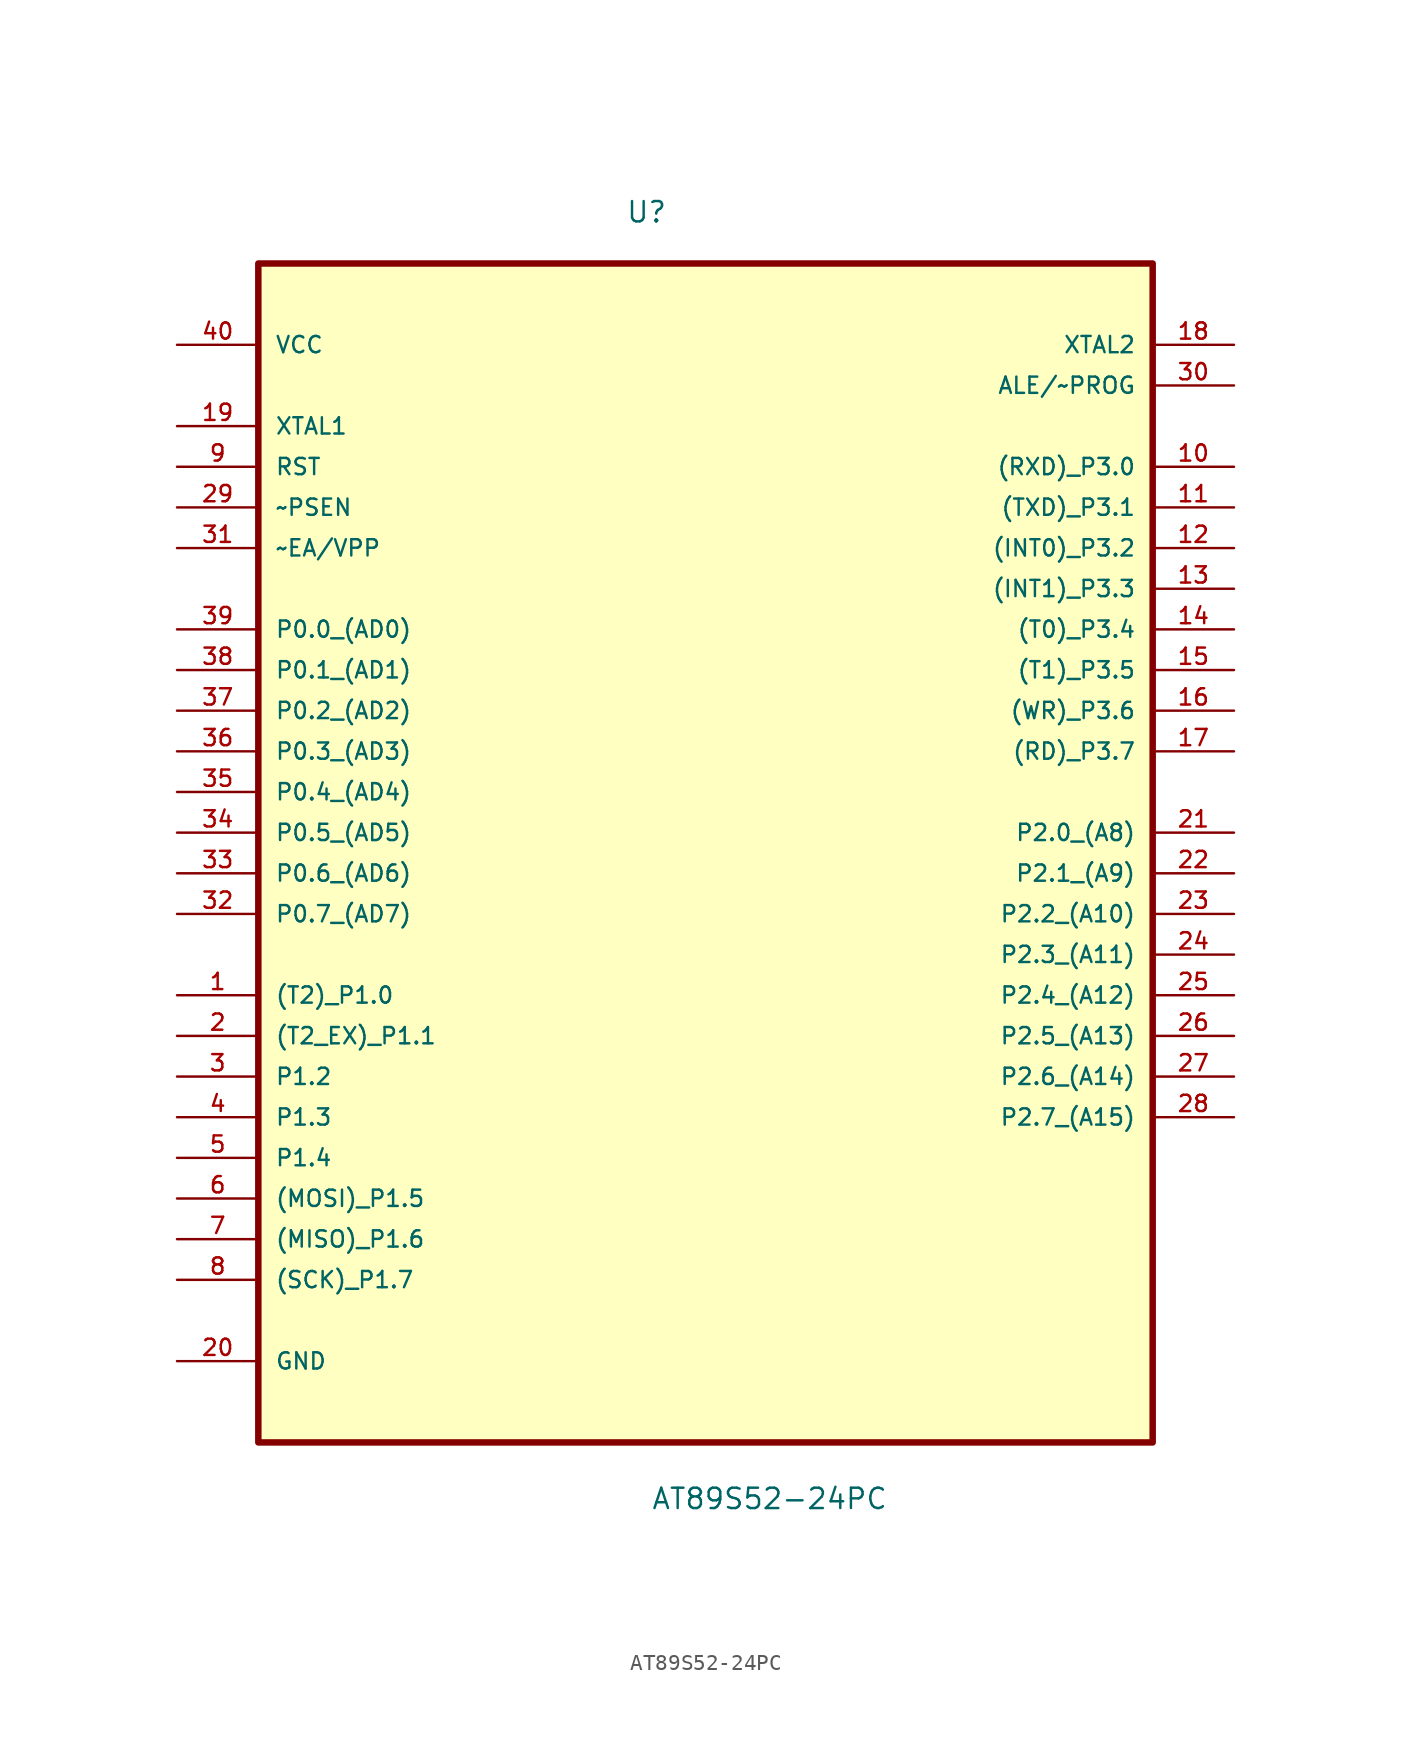
<source format=kicad_sym>
(kicad_symbol_lib
  (version 20211014)
  (generator kicad_symbol_editor)
  (symbol "AT89S52-24PC"
    (pin_names
      (offset 1.016))
    (property "Reference" "U"
      (at -4.993 35.489 0.0)
      (effects (font (size 1.27 1.27)) (justify bottom left)))
    (property "Value" "AT89S52-24PC"
      (at -3.411 -44.902 0.0)
      (effects (font (size 1.27 1.27)) (justify bottom left)))
    (symbol "AT89S52-24PC_0_0"
      (rectangle (start -27.94 -40.64) (end 27.94 33.02) (stroke (width 0.406)) (fill (type background)))
      (pin power_in line (at -33.02 27.94 0) (length 5.08) (name "VCC" (effects (font (size 1.016 1.016)))) (number "40" (effects (font (size 1.016 1.016)))))
      (pin input line (at -33.02 22.86 0) (length 5.08) (name "XTAL1" (effects (font (size 1.016 1.016)))) (number "19" (effects (font (size 1.016 1.016)))))
      (pin input line (at -33.02 20.32 0) (length 5.08) (name "RST" (effects (font (size 1.016 1.016)))) (number "9" (effects (font (size 1.016 1.016)))))
      (pin input line (at -33.02 17.78 0) (length 5.08) (name "~PSEN" (effects (font (size 1.016 1.016)))) (number "29" (effects (font (size 1.016 1.016)))))
      (pin input line (at -33.02 15.24 0) (length 5.08) (name "~EA/VPP" (effects (font (size 1.016 1.016)))) (number "31" (effects (font (size 1.016 1.016)))))
      (pin bidirectional line (at -33.02 10.16 0) (length 5.08) (name "P0.0_(AD0)" (effects (font (size 1.016 1.016)))) (number "39" (effects (font (size 1.016 1.016)))))
      (pin bidirectional line (at -33.02 7.62 0) (length 5.08) (name "P0.1_(AD1)" (effects (font (size 1.016 1.016)))) (number "38" (effects (font (size 1.016 1.016)))))
      (pin bidirectional line (at -33.02 5.08 0) (length 5.08) (name "P0.2_(AD2)" (effects (font (size 1.016 1.016)))) (number "37" (effects (font (size 1.016 1.016)))))
      (pin bidirectional line (at -33.02 2.54 0) (length 5.08) (name "P0.3_(AD3)" (effects (font (size 1.016 1.016)))) (number "36" (effects (font (size 1.016 1.016)))))
      (pin bidirectional line (at -33.02 0.0 0) (length 5.08) (name "P0.4_(AD4)" (effects (font (size 1.016 1.016)))) (number "35" (effects (font (size 1.016 1.016)))))
      (pin bidirectional line (at -33.02 -2.54 0) (length 5.08) (name "P0.5_(AD5)" (effects (font (size 1.016 1.016)))) (number "34" (effects (font (size 1.016 1.016)))))
      (pin bidirectional line (at -33.02 -5.08 0) (length 5.08) (name "P0.6_(AD6)" (effects (font (size 1.016 1.016)))) (number "33" (effects (font (size 1.016 1.016)))))
      (pin bidirectional line (at -33.02 -7.62 0) (length 5.08) (name "P0.7_(AD7)" (effects (font (size 1.016 1.016)))) (number "32" (effects (font (size 1.016 1.016)))))
      (pin bidirectional line (at -33.02 -12.7 0) (length 5.08) (name "(T2)_P1.0" (effects (font (size 1.016 1.016)))) (number "1" (effects (font (size 1.016 1.016)))))
      (pin bidirectional line (at -33.02 -15.24 0) (length 5.08) (name "(T2_EX)_P1.1" (effects (font (size 1.016 1.016)))) (number "2" (effects (font (size 1.016 1.016)))))
      (pin bidirectional line (at -33.02 -17.78 0) (length 5.08) (name "P1.2" (effects (font (size 1.016 1.016)))) (number "3" (effects (font (size 1.016 1.016)))))
      (pin bidirectional line (at -33.02 -20.32 0) (length 5.08) (name "P1.3" (effects (font (size 1.016 1.016)))) (number "4" (effects (font (size 1.016 1.016)))))
      (pin bidirectional line (at -33.02 -22.86 0) (length 5.08) (name "P1.4" (effects (font (size 1.016 1.016)))) (number "5" (effects (font (size 1.016 1.016)))))
      (pin bidirectional line (at -33.02 -25.4 0) (length 5.08) (name "(MOSI)_P1.5" (effects (font (size 1.016 1.016)))) (number "6" (effects (font (size 1.016 1.016)))))
      (pin bidirectional line (at -33.02 -27.94 0) (length 5.08) (name "(MISO)_P1.6" (effects (font (size 1.016 1.016)))) (number "7" (effects (font (size 1.016 1.016)))))
      (pin bidirectional line (at -33.02 -30.48 0) (length 5.08) (name "(SCK)_P1.7" (effects (font (size 1.016 1.016)))) (number "8" (effects (font (size 1.016 1.016)))))
      (pin passive line (at -33.02 -35.56 0) (length 5.08) (name "GND" (effects (font (size 1.016 1.016)))) (number "20" (effects (font (size 1.016 1.016)))))
      (pin output line (at 33.02 27.94 180.0) (length 5.08) (name "XTAL2" (effects (font (size 1.016 1.016)))) (number "18" (effects (font (size 1.016 1.016)))))
      (pin output line (at 33.02 25.4 180.0) (length 5.08) (name "ALE/~PROG" (effects (font (size 1.016 1.016)))) (number "30" (effects (font (size 1.016 1.016)))))
      (pin bidirectional line (at 33.02 20.32 180.0) (length 5.08) (name "(RXD)_P3.0" (effects (font (size 1.016 1.016)))) (number "10" (effects (font (size 1.016 1.016)))))
      (pin bidirectional line (at 33.02 17.78 180.0) (length 5.08) (name "(TXD)_P3.1" (effects (font (size 1.016 1.016)))) (number "11" (effects (font (size 1.016 1.016)))))
      (pin bidirectional line (at 33.02 15.24 180.0) (length 5.08) (name "(INT0)_P3.2" (effects (font (size 1.016 1.016)))) (number "12" (effects (font (size 1.016 1.016)))))
      (pin bidirectional line (at 33.02 12.7 180.0) (length 5.08) (name "(INT1)_P3.3" (effects (font (size 1.016 1.016)))) (number "13" (effects (font (size 1.016 1.016)))))
      (pin bidirectional line (at 33.02 10.16 180.0) (length 5.08) (name "(T0)_P3.4" (effects (font (size 1.016 1.016)))) (number "14" (effects (font (size 1.016 1.016)))))
      (pin bidirectional line (at 33.02 7.62 180.0) (length 5.08) (name "(T1)_P3.5" (effects (font (size 1.016 1.016)))) (number "15" (effects (font (size 1.016 1.016)))))
      (pin bidirectional line (at 33.02 5.08 180.0) (length 5.08) (name "(WR)_P3.6" (effects (font (size 1.016 1.016)))) (number "16" (effects (font (size 1.016 1.016)))))
      (pin bidirectional line (at 33.02 2.54 180.0) (length 5.08) (name "(RD)_P3.7" (effects (font (size 1.016 1.016)))) (number "17" (effects (font (size 1.016 1.016)))))
      (pin bidirectional line (at 33.02 -2.54 180.0) (length 5.08) (name "P2.0_(A8)" (effects (font (size 1.016 1.016)))) (number "21" (effects (font (size 1.016 1.016)))))
      (pin bidirectional line (at 33.02 -5.08 180.0) (length 5.08) (name "P2.1_(A9)" (effects (font (size 1.016 1.016)))) (number "22" (effects (font (size 1.016 1.016)))))
      (pin bidirectional line (at 33.02 -7.62 180.0) (length 5.08) (name "P2.2_(A10)" (effects (font (size 1.016 1.016)))) (number "23" (effects (font (size 1.016 1.016)))))
      (pin bidirectional line (at 33.02 -10.16 180.0) (length 5.08) (name "P2.3_(A11)" (effects (font (size 1.016 1.016)))) (number "24" (effects (font (size 1.016 1.016)))))
      (pin bidirectional line (at 33.02 -12.7 180.0) (length 5.08) (name "P2.4_(A12)" (effects (font (size 1.016 1.016)))) (number "25" (effects (font (size 1.016 1.016)))))
      (pin bidirectional line (at 33.02 -15.24 180.0) (length 5.08) (name "P2.5_(A13)" (effects (font (size 1.016 1.016)))) (number "26" (effects (font (size 1.016 1.016)))))
      (pin bidirectional line (at 33.02 -17.78 180.0) (length 5.08) (name "P2.6_(A14)" (effects (font (size 1.016 1.016)))) (number "27" (effects (font (size 1.016 1.016)))))
      (pin bidirectional line (at 33.02 -20.32 180.0) (length 5.08) (name "P2.7_(A15)" (effects (font (size 1.016 1.016)))) (number "28" (effects (font (size 1.016 1.016))))))))
</source>
